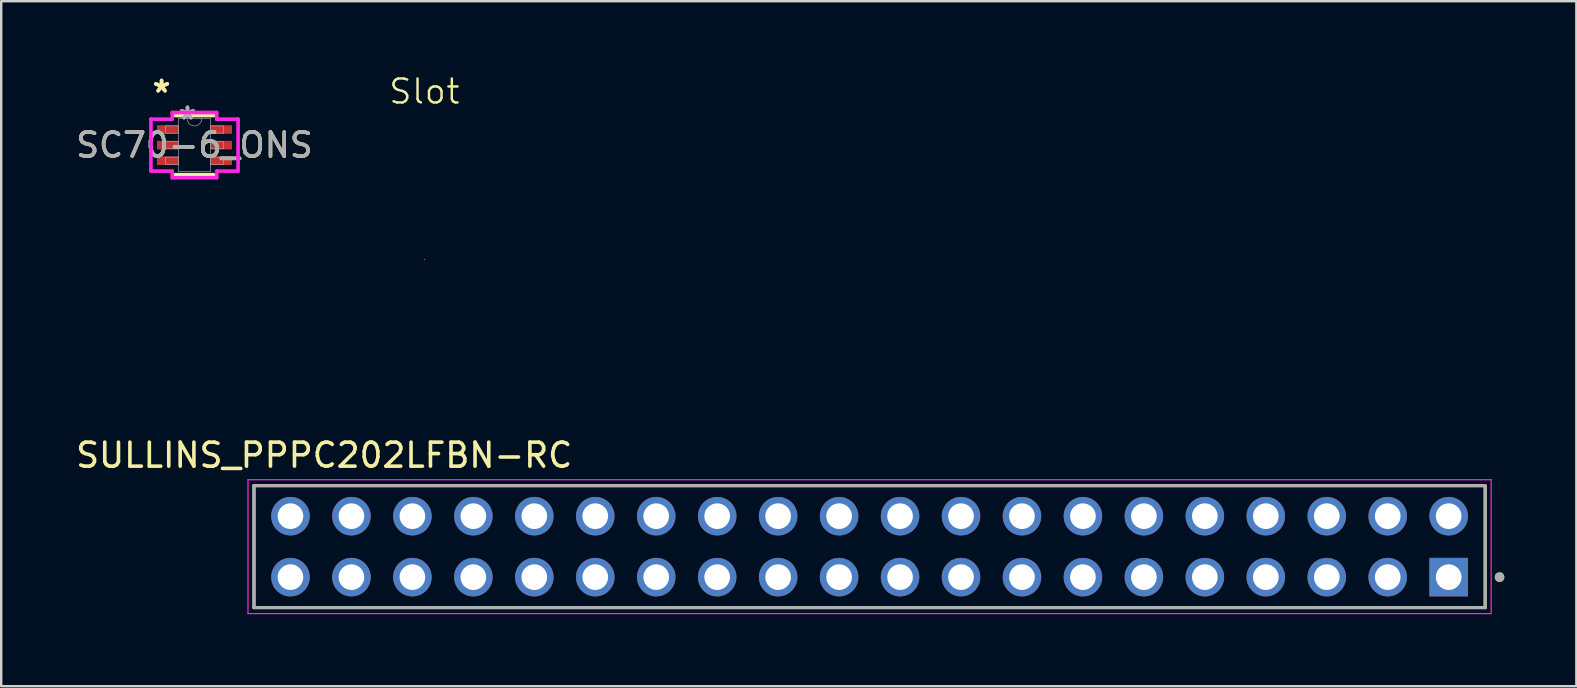
<source format=kicad_pcb>
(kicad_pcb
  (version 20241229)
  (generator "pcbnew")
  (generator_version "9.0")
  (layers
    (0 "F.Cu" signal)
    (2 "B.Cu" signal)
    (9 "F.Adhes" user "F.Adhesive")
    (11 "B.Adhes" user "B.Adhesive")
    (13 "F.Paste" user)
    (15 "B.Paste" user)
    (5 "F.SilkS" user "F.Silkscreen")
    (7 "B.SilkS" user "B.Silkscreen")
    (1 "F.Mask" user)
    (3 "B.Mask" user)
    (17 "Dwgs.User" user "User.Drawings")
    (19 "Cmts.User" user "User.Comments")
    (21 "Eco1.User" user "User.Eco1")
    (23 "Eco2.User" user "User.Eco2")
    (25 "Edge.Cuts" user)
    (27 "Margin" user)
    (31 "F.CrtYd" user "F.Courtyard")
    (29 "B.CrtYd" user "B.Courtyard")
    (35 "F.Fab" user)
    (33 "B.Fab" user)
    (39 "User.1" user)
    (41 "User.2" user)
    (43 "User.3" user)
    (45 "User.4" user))
  (footprint "Slot"
    (layer "F.Cu")
    (at 14.633 7.771)
    (property "Reference" "Slot" (at 0 -7.01 0) (unlocked yes) (layer "F.SilkS") (effects (font (size 1 1) (thickness 0.1))))
    (attr smd)
    (pad "" np_thru_hole custom (at 0 0) (size 0.025 0.025) (drill oval 2.565 8.598) (layers "*.Cu" "*.Mask") (options (anchor rect)) (primitives)))
  (footprint "SC70-6_ONS"
    (layer "F.Cu")
    (at 5.054 2.997)
    (property "Reference" "SC70-6_ONS" (at 0 0 0) (unlocked yes) (layer "F.SilkS") (effects (font (size 1 1) (thickness 0.15))))
    (attr smd)
    (fp_line (start -0.8 1.232) (end 0.8 1.232) (stroke (width 0.152) (type solid)) (layer "F.SilkS"))
    (fp_line (start 0.8 -1.232) (end -0.8 -1.232) (stroke (width 0.152) (type solid)) (layer "F.SilkS"))
    (fp_line (start -1.816 -1.082) (end -0.927 -1.082) (stroke (width 0.152) (type solid)) (layer "F.CrtYd"))
    (fp_line (start -1.816 1.082) (end -1.816 -1.082) (stroke (width 0.152) (type solid)) (layer "F.CrtYd"))
    (fp_line (start -1.816 1.082) (end -0.927 1.082) (stroke (width 0.152) (type solid)) (layer "F.CrtYd"))
    (fp_line (start -0.927 -1.359) (end 0.927 -1.359) (stroke (width 0.152) (type solid)) (layer "F.CrtYd"))
    (fp_line (start -0.927 -1.082) (end -0.927 -1.359) (stroke (width 0.152) (type solid)) (layer "F.CrtYd"))
    (fp_line (start -0.927 1.359) (end -0.927 1.082) (stroke (width 0.152) (type solid)) (layer "F.CrtYd"))
    (fp_line (start 0.927 -1.359) (end 0.927 -1.082) (stroke (width 0.152) (type solid)) (layer "F.CrtYd"))
    (fp_line (start 0.927 1.082) (end 0.927 1.359) (stroke (width 0.152) (type solid)) (layer "F.CrtYd"))
    (fp_line (start 0.927 1.359) (end -0.927 1.359) (stroke (width 0.152) (type solid)) (layer "F.CrtYd"))
    (fp_line (start 1.816 -1.082) (end 0.927 -1.082) (stroke (width 0.152) (type solid)) (layer "F.CrtYd"))
    (fp_line (start 1.816 -1.082) (end 1.816 1.082) (stroke (width 0.152) (type solid)) (layer "F.CrtYd"))
    (fp_line (start 1.816 1.082) (end 0.927 1.082) (stroke (width 0.152) (type solid)) (layer "F.CrtYd"))
    (fp_line (start -1.206 -0.802) (end -1.206 -0.498) (stroke (width 0.025) (type solid)) (layer "F.Fab"))
    (fp_line (start -1.206 -0.498) (end -0.673 -0.498) (stroke (width 0.025) (type solid)) (layer "F.Fab"))
    (fp_line (start -1.206 -0.152) (end -1.206 0.152) (stroke (width 0.025) (type solid)) (layer "F.Fab"))
    (fp_line (start -1.206 0.152) (end -0.673 0.152) (stroke (width 0.025) (type solid)) (layer "F.Fab"))
    (fp_line (start -1.206 0.498) (end -1.206 0.802) (stroke (width 0.025) (type solid)) (layer "F.Fab"))
    (fp_line (start -1.206 0.802) (end -0.673 0.802) (stroke (width 0.025) (type solid)) (layer "F.Fab"))
    (fp_line (start -0.673 -1.105) (end -0.673 1.105) (stroke (width 0.025) (type solid)) (layer "F.Fab"))
    (fp_line (start -0.673 -0.802) (end -1.206 -0.802) (stroke (width 0.025) (type solid)) (layer "F.Fab"))
    (fp_line (start -0.673 -0.498) (end -0.673 -0.802) (stroke (width 0.025) (type solid)) (layer "F.Fab"))
    (fp_line (start -0.673 -0.152) (end -1.206 -0.152) (stroke (width 0.025) (type solid)) (layer "F.Fab"))
    (fp_line (start -0.673 0.152) (end -0.673 -0.152) (stroke (width 0.025) (type solid)) (layer "F.Fab"))
    (fp_line (start -0.673 0.498) (end -1.206 0.498) (stroke (width 0.025) (type solid)) (layer "F.Fab"))
    (fp_line (start -0.673 0.802) (end -0.673 0.498) (stroke (width 0.025) (type solid)) (layer "F.Fab"))
    (fp_line (start -0.673 1.105) (end 0.673 1.105) (stroke (width 0.025) (type solid)) (layer "F.Fab"))
    (fp_line (start 0.673 -1.105) (end -0.673 -1.105) (stroke (width 0.025) (type solid)) (layer "F.Fab"))
    (fp_line (start 0.673 -0.802) (end 0.673 -0.498) (stroke (width 0.025) (type solid)) (layer "F.Fab"))
    (fp_line (start 0.673 -0.498) (end 1.206 -0.498) (stroke (width 0.025) (type solid)) (layer "F.Fab"))
    (fp_line (start 0.673 -0.152) (end 0.673 0.152) (stroke (width 0.025) (type solid)) (layer "F.Fab"))
    (fp_line (start 0.673 0.152) (end 1.206 0.152) (stroke (width 0.025) (type solid)) (layer "F.Fab"))
    (fp_line (start 0.673 0.498) (end 0.673 0.802) (stroke (width 0.025) (type solid)) (layer "F.Fab"))
    (fp_line (start 0.673 0.802) (end 1.206 0.802) (stroke (width 0.025) (type solid)) (layer "F.Fab"))
    (fp_line (start 0.673 1.105) (end 0.673 -1.105) (stroke (width 0.025) (type solid)) (layer "F.Fab"))
    (fp_line (start 1.206 -0.802) (end 0.673 -0.802) (stroke (width 0.025) (type solid)) (layer "F.Fab"))
    (fp_line (start 1.206 -0.498) (end 1.206 -0.802) (stroke (width 0.025) (type solid)) (layer "F.Fab"))
    (fp_line (start 1.206 -0.152) (end 0.673 -0.152) (stroke (width 0.025) (type solid)) (layer "F.Fab"))
    (fp_line (start 1.206 0.152) (end 1.206 -0.152) (stroke (width 0.025) (type solid)) (layer "F.Fab"))
    (fp_line (start 1.206 0.498) (end 0.673 0.498) (stroke (width 0.025) (type solid)) (layer "F.Fab"))
    (fp_line (start 1.206 0.802) (end 1.206 0.498) (stroke (width 0.025) (type solid)) (layer "F.Fab"))
    (fp_arc (start 0.3048 -1.1049) (mid 0 -0.8001) (end -0.3048 -1.1049) (stroke (width 0.0254) (type solid)) (layer "F.Fab"))
    (fp_text user "*" (at -1.372 -2.149 0) (layer "F.SilkS") (effects (font (size 1 1) (thickness 0.15))))
    (fp_text user "*" (at -1.372 -2.149 0) (unlocked yes) (layer "F.SilkS") (effects (font (size 1 1) (thickness 0.15))))
    (fp_text user "*" (at -0.292 -1.029 0) (unlocked yes) (layer "F.Fab") (effects (font (size 1 1) (thickness 0.15))))
    (fp_text user "*" (at -0.292 -1.029 0) (layer "F.Fab") (effects (font (size 1 1) (thickness 0.15))))
    (fp_text user "${REFERENCE}" (at 0 0 0) (unlocked yes) (layer "F.Fab") (effects (font (size 1 1) (thickness 0.15))))
    (pad "1" smd rect (at -1.118 -0.65) (size 0.889 0.356) (layers "F.Cu" "F.Mask" "F.Paste"))
    (pad "2" smd rect (at -1.118 0) (size 0.889 0.356) (layers "F.Cu" "F.Mask" "F.Paste"))
    (pad "3" smd rect (at -1.118 0.65) (size 0.889 0.356) (layers "F.Cu" "F.Mask" "F.Paste"))
    (pad "4" smd rect (at 1.118 0.65) (size 0.889 0.356) (layers "F.Cu" "F.Mask" "F.Paste"))
    (pad "5" smd rect (at 1.118 0) (size 0.889 0.356) (layers "F.Cu" "F.Mask" "F.Paste"))
    (pad "6" smd rect (at 1.118 -0.65) (size 0.889 0.356) (layers "F.Cu" "F.Mask" "F.Paste")))
  (footprint "SULLINS_PPPC202LFBN-RC"
    (layer "F.Cu")
    (at 33.183 19.728)
    (property "Reference" "SULLINS_PPPC202LFBN-RC" (at -22.725 -3.81 0) (layer "F.SilkS") (effects (font (size 1 1) (thickness 0.15))))
    (attr through_hole)
    (fp_line (start -25.65 -2.54) (end 25.65 -2.54) (stroke (width 0.127) (type solid)) (layer "F.SilkS"))
    (fp_line (start -25.65 2.54) (end -25.65 -2.54) (stroke (width 0.127) (type solid)) (layer "F.SilkS"))
    (fp_line (start 25.65 -2.54) (end 25.65 2.54) (stroke (width 0.127) (type solid)) (layer "F.SilkS"))
    (fp_line (start 25.65 2.54) (end -25.65 2.54) (stroke (width 0.127) (type solid)) (layer "F.SilkS"))
    (fp_circle (center 26.25 1.27) (end 26.35 1.27) (stroke (width 0.2) (type solid)) (fill no) (layer "F.SilkS"))
    (fp_line (start -25.9 -2.79) (end 25.9 -2.79) (stroke (width 0.05) (type solid)) (layer "F.CrtYd"))
    (fp_line (start -25.9 2.79) (end -25.9 -2.79) (stroke (width 0.05) (type solid)) (layer "F.CrtYd"))
    (fp_line (start 25.9 -2.79) (end 25.9 2.79) (stroke (width 0.05) (type solid)) (layer "F.CrtYd"))
    (fp_line (start 25.9 2.79) (end -25.9 2.79) (stroke (width 0.05) (type solid)) (layer "F.CrtYd"))
    (fp_line (start -25.65 -2.54) (end 25.65 -2.54) (stroke (width 0.127) (type solid)) (layer "F.Fab"))
    (fp_line (start -25.65 2.54) (end -25.65 -2.54) (stroke (width 0.127) (type solid)) (layer "F.Fab"))
    (fp_line (start 25.65 -2.54) (end 25.65 2.54) (stroke (width 0.127) (type solid)) (layer "F.Fab"))
    (fp_line (start 25.65 2.54) (end -25.65 2.54) (stroke (width 0.127) (type solid)) (layer "F.Fab"))
    (fp_circle (center 26.25 1.27) (end 26.35 1.27) (stroke (width 0.2) (type solid)) (fill no) (layer "F.Fab"))
    (pad "1" thru_hole rect (at 24.13 1.27) (size 1.605 1.605) (drill 1.07) (layers "*.Cu" "*.Mask"))
    (pad "2" thru_hole circle (at 24.13 -1.27) (size 1.605 1.605) (drill 1.07) (layers "*.Cu" "*.Mask"))
    (pad "3" thru_hole circle (at 21.59 1.27) (size 1.605 1.605) (drill 1.07) (layers "*.Cu" "*.Mask"))
    (pad "4" thru_hole circle (at 21.59 -1.27) (size 1.605 1.605) (drill 1.07) (layers "*.Cu" "*.Mask"))
    (pad "5" thru_hole circle (at 19.05 1.27) (size 1.605 1.605) (drill 1.07) (layers "*.Cu" "*.Mask"))
    (pad "6" thru_hole circle (at 19.05 -1.27) (size 1.605 1.605) (drill 1.07) (layers "*.Cu" "*.Mask"))
    (pad "7" thru_hole circle (at 16.51 1.27) (size 1.605 1.605) (drill 1.07) (layers "*.Cu" "*.Mask"))
    (pad "8" thru_hole circle (at 16.51 -1.27) (size 1.605 1.605) (drill 1.07) (layers "*.Cu" "*.Mask"))
    (pad "9" thru_hole circle (at 13.97 1.27) (size 1.605 1.605) (drill 1.07) (layers "*.Cu" "*.Mask"))
    (pad "10" thru_hole circle (at 13.97 -1.27) (size 1.605 1.605) (drill 1.07) (layers "*.Cu" "*.Mask"))
    (pad "11" thru_hole circle (at 11.43 1.27) (size 1.605 1.605) (drill 1.07) (layers "*.Cu" "*.Mask"))
    (pad "12" thru_hole circle (at 11.43 -1.27) (size 1.605 1.605) (drill 1.07) (layers "*.Cu" "*.Mask"))
    (pad "13" thru_hole circle (at 8.89 1.27) (size 1.605 1.605) (drill 1.07) (layers "*.Cu" "*.Mask"))
    (pad "14" thru_hole circle (at 8.89 -1.27) (size 1.605 1.605) (drill 1.07) (layers "*.Cu" "*.Mask"))
    (pad "15" thru_hole circle (at 6.35 1.27) (size 1.605 1.605) (drill 1.07) (layers "*.Cu" "*.Mask"))
    (pad "16" thru_hole circle (at 6.35 -1.27) (size 1.605 1.605) (drill 1.07) (layers "*.Cu" "*.Mask"))
    (pad "17" thru_hole circle (at 3.81 1.27) (size 1.605 1.605) (drill 1.07) (layers "*.Cu" "*.Mask"))
    (pad "18" thru_hole circle (at 3.81 -1.27) (size 1.605 1.605) (drill 1.07) (layers "*.Cu" "*.Mask"))
    (pad "19" thru_hole circle (at 1.27 1.27) (size 1.605 1.605) (drill 1.07) (layers "*.Cu" "*.Mask"))
    (pad "20" thru_hole circle (at 1.27 -1.27) (size 1.605 1.605) (drill 1.07) (layers "*.Cu" "*.Mask"))
    (pad "21" thru_hole circle (at -1.27 1.27) (size 1.605 1.605) (drill 1.07) (layers "*.Cu" "*.Mask"))
    (pad "22" thru_hole circle (at -1.27 -1.27) (size 1.605 1.605) (drill 1.07) (layers "*.Cu" "*.Mask"))
    (pad "23" thru_hole circle (at -3.81 1.27) (size 1.605 1.605) (drill 1.07) (layers "*.Cu" "*.Mask"))
    (pad "24" thru_hole circle (at -3.81 -1.27) (size 1.605 1.605) (drill 1.07) (layers "*.Cu" "*.Mask"))
    (pad "25" thru_hole circle (at -6.35 1.27) (size 1.605 1.605) (drill 1.07) (layers "*.Cu" "*.Mask"))
    (pad "26" thru_hole circle (at -6.35 -1.27) (size 1.605 1.605) (drill 1.07) (layers "*.Cu" "*.Mask"))
    (pad "27" thru_hole circle (at -8.89 1.27) (size 1.605 1.605) (drill 1.07) (layers "*.Cu" "*.Mask"))
    (pad "28" thru_hole circle (at -8.89 -1.27) (size 1.605 1.605) (drill 1.07) (layers "*.Cu" "*.Mask"))
    (pad "29" thru_hole circle (at -11.43 1.27) (size 1.605 1.605) (drill 1.07) (layers "*.Cu" "*.Mask"))
    (pad "30" thru_hole circle (at -11.43 -1.27) (size 1.605 1.605) (drill 1.07) (layers "*.Cu" "*.Mask"))
    (pad "31" thru_hole circle (at -13.97 1.27) (size 1.605 1.605) (drill 1.07) (layers "*.Cu" "*.Mask"))
    (pad "32" thru_hole circle (at -13.97 -1.27) (size 1.605 1.605) (drill 1.07) (layers "*.Cu" "*.Mask"))
    (pad "33" thru_hole circle (at -16.51 1.27) (size 1.605 1.605) (drill 1.07) (layers "*.Cu" "*.Mask"))
    (pad "34" thru_hole circle (at -16.51 -1.27) (size 1.605 1.605) (drill 1.07) (layers "*.Cu" "*.Mask"))
    (pad "35" thru_hole circle (at -19.05 1.27) (size 1.605 1.605) (drill 1.07) (layers "*.Cu" "*.Mask"))
    (pad "36" thru_hole circle (at -19.05 -1.27) (size 1.605 1.605) (drill 1.07) (layers "*.Cu" "*.Mask"))
    (pad "37" thru_hole circle (at -21.59 1.27) (size 1.605 1.605) (drill 1.07) (layers "*.Cu" "*.Mask"))
    (pad "38" thru_hole circle (at -21.59 -1.27) (size 1.605 1.605) (drill 1.07) (layers "*.Cu" "*.Mask"))
    (pad "39" thru_hole circle (at -24.13 1.27) (size 1.605 1.605) (drill 1.07) (layers "*.Cu" "*.Mask"))
    (pad "40" thru_hole circle (at -24.13 -1.27) (size 1.605 1.605) (drill 1.07) (layers "*.Cu" "*.Mask")))
  (gr_rect
    (start -3 -3)
    (end 62.633 25.543)
    (stroke (width 0.1) (type default))
    (fill no)
    (layer "Edge.Cuts")))
</source>
